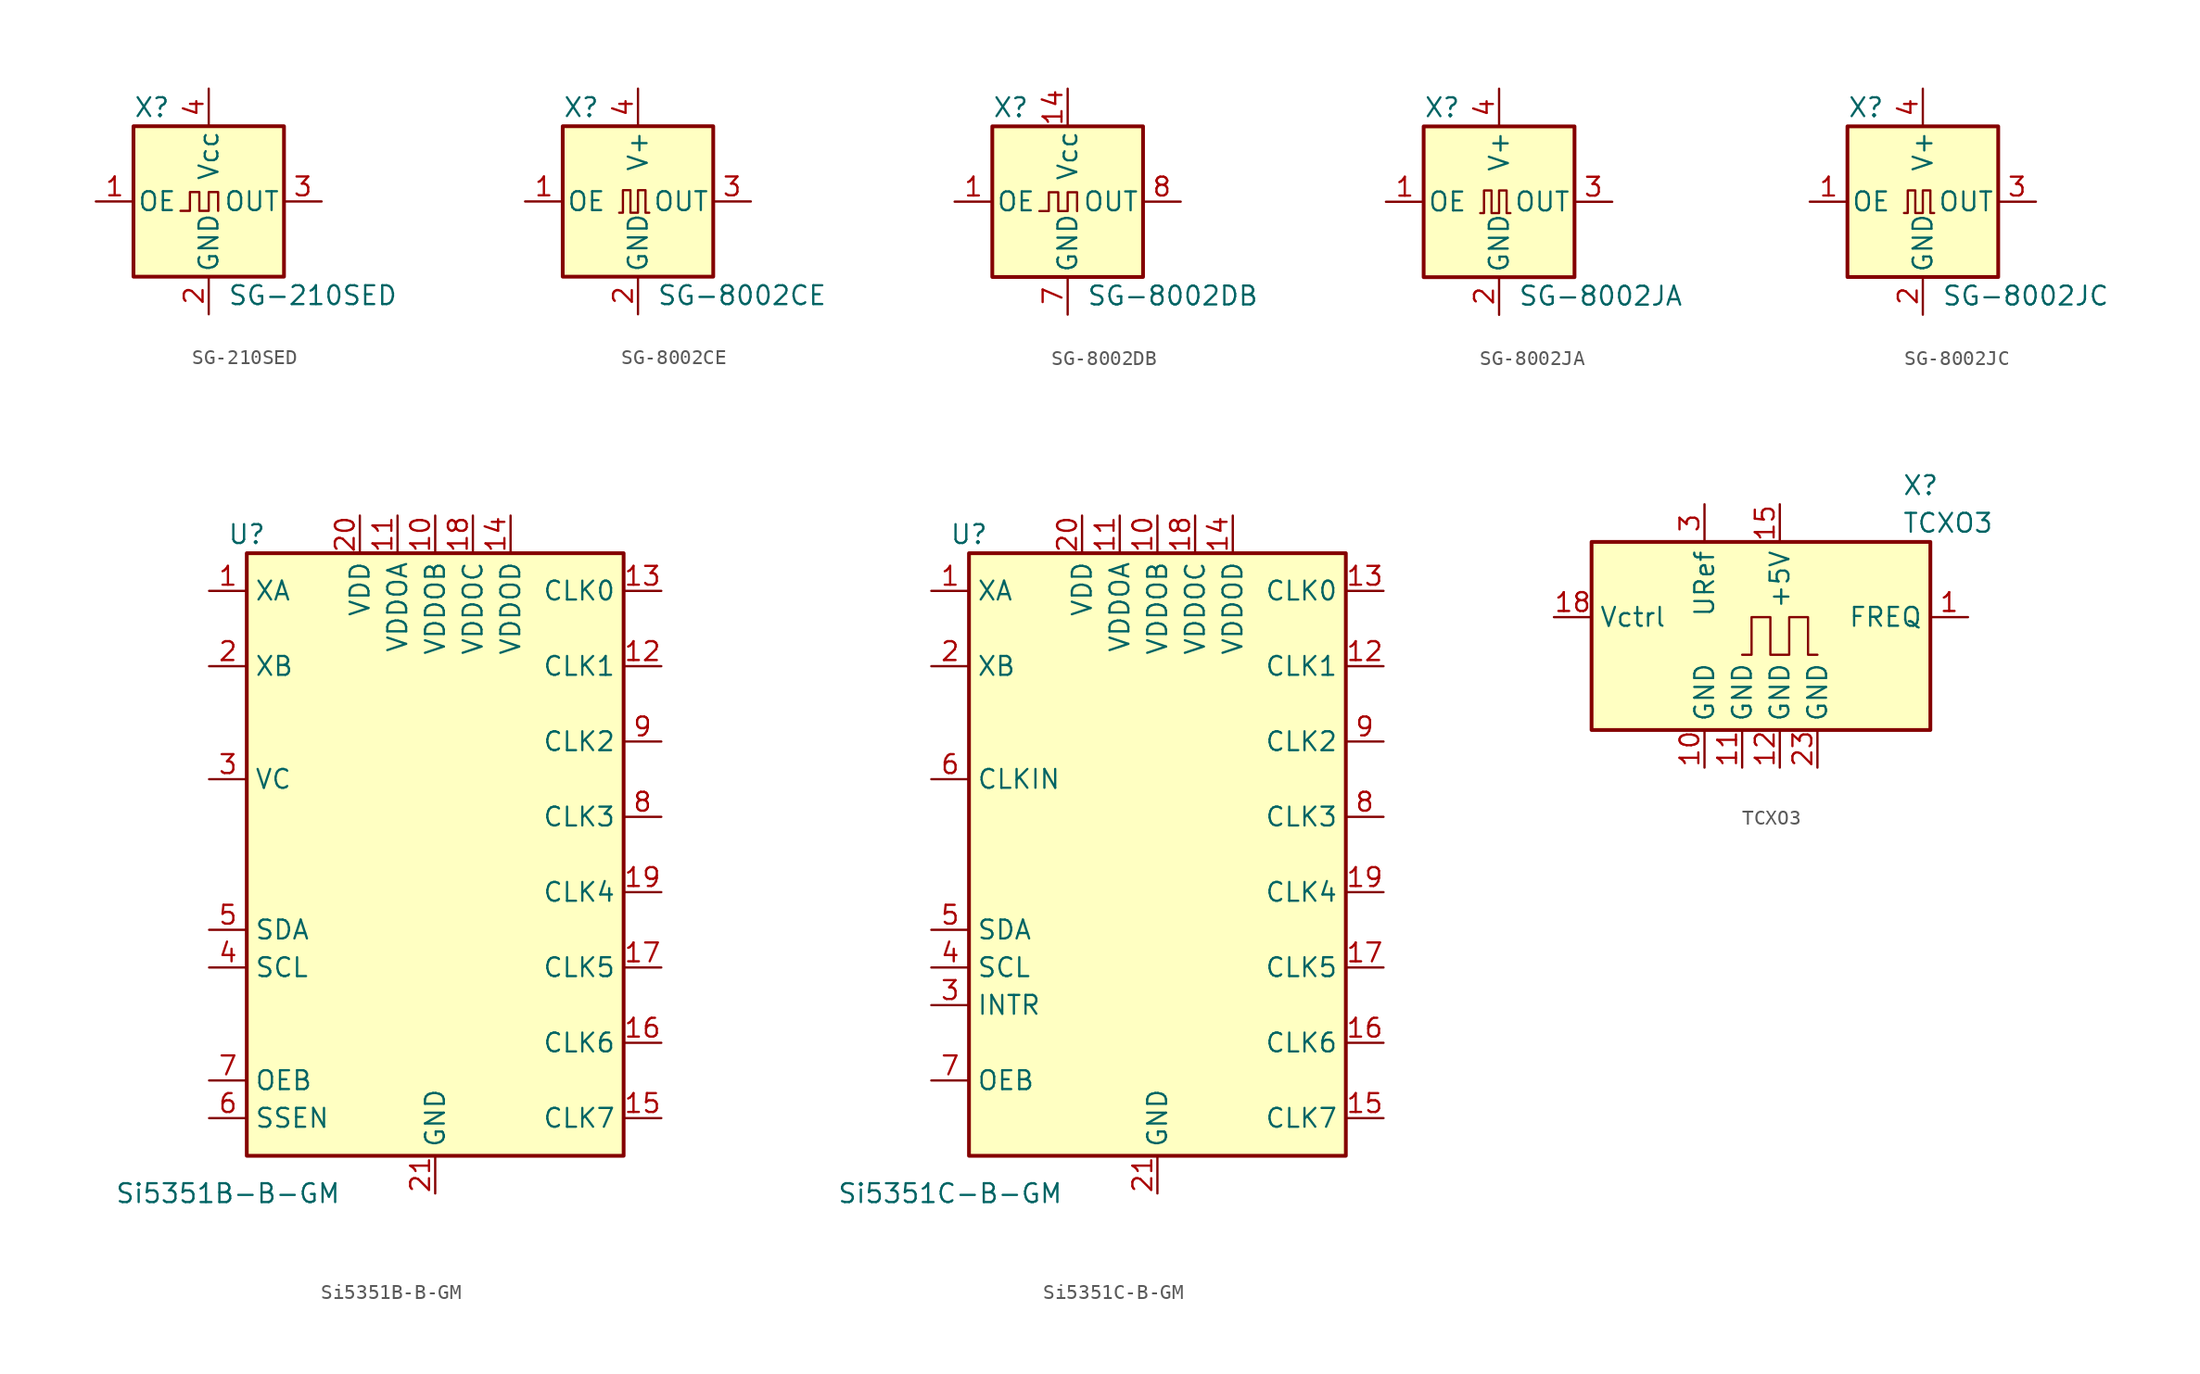
<source format=kicad_sym>
(kicad_symbol_lib
  (version 20201005)
  (generator kicad_symbol_editor)
  (symbol "SG-210SED"
    (pin_names
      (offset 0.254))
    (property "Reference" "X"
      (at -5.08 6.35 0)
      (effects (font (size 1.27 1.27)) (justify left)))
    (property "Value" "SG-210SED"
      (at 1.27 -6.35 0)
      (effects (font (size 1.27 1.27)) (justify left)))
    (symbol "SG-210SED_0_1"
      (rectangle (start -5.08 5.08) (end 5.08 -5.08) (stroke (width 0.254)) (fill (type background)))
      (polyline (pts (xy -1.905 -0.635) (xy -1.27 -0.635) (xy -1.27 0.635) (xy -0.635 0.635) (xy -0.635 -0.635) (xy 0 -0.635) (xy 0 0.635) (xy 0.635 0.635) (xy 0.635 -0.635)) (stroke (width 0)) (fill (type none))))
    (symbol "SG-210SED_1_1"
      (pin input line (at -7.62 0 0) (length 2.54) (name "OE" (effects (font (size 1.27 1.27)))) (number "1" (effects (font (size 1.27 1.27)))))
      (pin power_in line (at 0 -7.62 90) (length 2.54) (name "GND" (effects (font (size 1.27 1.27)))) (number "2" (effects (font (size 1.27 1.27)))))
      (pin output line (at 7.62 0 180) (length 2.54) (name "OUT" (effects (font (size 1.27 1.27)))) (number "3" (effects (font (size 1.27 1.27)))))
      (pin power_in line (at 0 7.62 270) (length 2.54) (name "Vcc" (effects (font (size 1.27 1.27)))) (number "4" (effects (font (size 1.27 1.27)))))))
  (symbol "SG-8002CE"
    (pin_names
      (offset 0.254))
    (property "Reference" "X"
      (at -5.08 6.35 0)
      (effects (font (size 1.27 1.27)) (justify left)))
    (property "Value" "SG-8002CE"
      (at 1.27 -6.35 0)
      (effects (font (size 1.27 1.27)) (justify left)))
    (symbol "SG-8002CE_0_1"
      (rectangle (start -5.08 5.08) (end 5.08 -5.08) (stroke (width 0.254)) (fill (type background)))
      (polyline (pts (xy -1.27 -0.762) (xy -1.016 -0.762) (xy -1.016 0.762) (xy -0.508 0.762) (xy -0.508 -0.762) (xy 0 -0.762) (xy 0 0.762) (xy 0.508 0.762) (xy 0.508 -0.762) (xy 0.762 -0.762)) (stroke (width 0)) (fill (type none))))
    (symbol "SG-8002CE_1_1"
      (pin input line (at -7.62 0 0) (length 2.54) (name "OE" (effects (font (size 1.27 1.27)))) (number "1" (effects (font (size 1.27 1.27)))))
      (pin power_in line (at 0 -7.62 90) (length 2.54) (name "GND" (effects (font (size 1.27 1.27)))) (number "2" (effects (font (size 1.27 1.27)))))
      (pin output line (at 7.62 0 180) (length 2.54) (name "OUT" (effects (font (size 1.27 1.27)))) (number "3" (effects (font (size 1.27 1.27)))))
      (pin power_in line (at 0 7.62 270) (length 2.54) (name "V+" (effects (font (size 1.27 1.27)))) (number "4" (effects (font (size 1.27 1.27)))))))
  (symbol "SG-8002DB"
    (pin_names
      (offset 0.254))
    (property "Reference" "X"
      (at -5.08 6.35 0)
      (effects (font (size 1.27 1.27)) (justify left)))
    (property "Value" "SG-8002DB"
      (at 1.27 -6.35 0)
      (effects (font (size 1.27 1.27)) (justify left)))
    (symbol "SG-8002DB_0_1"
      (rectangle (start -5.08 5.08) (end 5.08 -5.08) (stroke (width 0.254)) (fill (type background)))
      (polyline (pts (xy -1.905 -0.635) (xy -1.27 -0.635) (xy -1.27 0.635) (xy -0.635 0.635) (xy -0.635 -0.635) (xy 0 -0.635) (xy 0 0.635) (xy 0.635 0.635) (xy 0.635 -0.635)) (stroke (width 0)) (fill (type none))))
    (symbol "SG-8002DB_1_1"
      (pin input line (at -7.62 0 0) (length 2.54) (name "OE" (effects (font (size 1.27 1.27)))) (number "1" (effects (font (size 1.27 1.27)))))
      (pin power_in line (at 0 7.62 270) (length 2.54) (name "Vcc" (effects (font (size 1.27 1.27)))) (number "14" (effects (font (size 1.27 1.27)))))
      (pin power_in line (at 0 -7.62 90) (length 2.54) (name "GND" (effects (font (size 1.27 1.27)))) (number "7" (effects (font (size 1.27 1.27)))))
      (pin output line (at 7.62 0 180) (length 2.54) (name "OUT" (effects (font (size 1.27 1.27)))) (number "8" (effects (font (size 1.27 1.27)))))))
  (symbol "SG-8002JA"
    (pin_names
      (offset 0.254))
    (property "Reference" "X"
      (at -5.08 6.35 0)
      (effects (font (size 1.27 1.27)) (justify left)))
    (property "Value" "SG-8002JA"
      (at 1.27 -6.35 0)
      (effects (font (size 1.27 1.27)) (justify left)))
    (symbol "SG-8002JA_0_1"
      (rectangle (start -5.08 5.08) (end 5.08 -5.08) (stroke (width 0.254)) (fill (type background)))
      (polyline (pts (xy -1.27 -0.762) (xy -1.016 -0.762) (xy -1.016 0.762) (xy -0.508 0.762) (xy -0.508 -0.762) (xy 0 -0.762) (xy 0 0.762) (xy 0.508 0.762) (xy 0.508 -0.762) (xy 0.762 -0.762)) (stroke (width 0)) (fill (type none))))
    (symbol "SG-8002JA_1_1"
      (pin input line (at -7.62 0 0) (length 2.54) (name "OE" (effects (font (size 1.27 1.27)))) (number "1" (effects (font (size 1.27 1.27)))))
      (pin power_in line (at 0 -7.62 90) (length 2.54) (name "GND" (effects (font (size 1.27 1.27)))) (number "2" (effects (font (size 1.27 1.27)))))
      (pin output line (at 7.62 0 180) (length 2.54) (name "OUT" (effects (font (size 1.27 1.27)))) (number "3" (effects (font (size 1.27 1.27)))))
      (pin power_in line (at 0 7.62 270) (length 2.54) (name "V+" (effects (font (size 1.27 1.27)))) (number "4" (effects (font (size 1.27 1.27)))))))
  (symbol "SG-8002JC"
    (pin_names
      (offset 0.254))
    (property "Reference" "X"
      (at -5.08 6.35 0)
      (effects (font (size 1.27 1.27)) (justify left)))
    (property "Value" "SG-8002JC"
      (at 1.27 -6.35 0)
      (effects (font (size 1.27 1.27)) (justify left)))
    (symbol "SG-8002JC_0_1"
      (rectangle (start -5.08 5.08) (end 5.08 -5.08) (stroke (width 0.254)) (fill (type background)))
      (polyline (pts (xy -1.27 -0.762) (xy -1.016 -0.762) (xy -1.016 0.762) (xy -0.508 0.762) (xy -0.508 -0.762) (xy 0 -0.762) (xy 0 0.762) (xy 0.508 0.762) (xy 0.508 -0.762) (xy 0.762 -0.762)) (stroke (width 0)) (fill (type none))))
    (symbol "SG-8002JC_1_1"
      (pin input line (at -7.62 0 0) (length 2.54) (name "OE" (effects (font (size 1.27 1.27)))) (number "1" (effects (font (size 1.27 1.27)))))
      (pin power_in line (at 0 -7.62 90) (length 2.54) (name "GND" (effects (font (size 1.27 1.27)))) (number "2" (effects (font (size 1.27 1.27)))))
      (pin output line (at 7.62 0 180) (length 2.54) (name "OUT" (effects (font (size 1.27 1.27)))) (number "3" (effects (font (size 1.27 1.27)))))
      (pin power_in line (at 0 7.62 270) (length 2.54) (name "V+" (effects (font (size 1.27 1.27)))) (number "4" (effects (font (size 1.27 1.27)))))))
  (symbol "Si5351B-B-GM"
    (property "Reference" "U"
      (at -12.7 21.59 0)
      (effects (font (size 1.27 1.27))))
    (property "Value" "Si5351B-B-GM"
      (at -13.97 -22.86 0)
      (effects (font (size 1.27 1.27))))
    (symbol "Si5351B-B-GM_1_1"
      (rectangle (start -12.7 20.32) (end 12.7 -20.32) (stroke (width 0.254)) (fill (type background)))
      (pin input line (at -15.24 17.78 0) (length 2.54) (name "XA" (effects (font (size 1.27 1.27)))) (number "1" (effects (font (size 1.27 1.27)))))
      (pin power_in line (at 0 22.86 270) (length 2.54) (name "VDDOB" (effects (font (size 1.27 1.27)))) (number "10" (effects (font (size 1.27 1.27)))))
      (pin power_in line (at -2.54 22.86 270) (length 2.54) (name "VDDOA" (effects (font (size 1.27 1.27)))) (number "11" (effects (font (size 1.27 1.27)))))
      (pin output line (at 15.24 12.7 180) (length 2.54) (name "CLK1" (effects (font (size 1.27 1.27)))) (number "12" (effects (font (size 1.27 1.27)))))
      (pin output line (at 15.24 17.78 180) (length 2.54) (name "CLK0" (effects (font (size 1.27 1.27)))) (number "13" (effects (font (size 1.27 1.27)))))
      (pin power_in line (at 5.08 22.86 270) (length 2.54) (name "VDDOD" (effects (font (size 1.27 1.27)))) (number "14" (effects (font (size 1.27 1.27)))))
      (pin output line (at 15.24 -17.78 180) (length 2.54) (name "CLK7" (effects (font (size 1.27 1.27)))) (number "15" (effects (font (size 1.27 1.27)))))
      (pin output line (at 15.24 -12.7 180) (length 2.54) (name "CLK6" (effects (font (size 1.27 1.27)))) (number "16" (effects (font (size 1.27 1.27)))))
      (pin output line (at 15.24 -7.62 180) (length 2.54) (name "CLK5" (effects (font (size 1.27 1.27)))) (number "17" (effects (font (size 1.27 1.27)))))
      (pin power_in line (at 2.54 22.86 270) (length 2.54) (name "VDDOC" (effects (font (size 1.27 1.27)))) (number "18" (effects (font (size 1.27 1.27)))))
      (pin output line (at 15.24 -2.54 180) (length 2.54) (name "CLK4" (effects (font (size 1.27 1.27)))) (number "19" (effects (font (size 1.27 1.27)))))
      (pin input line (at -15.24 12.7 0) (length 2.54) (name "XB" (effects (font (size 1.27 1.27)))) (number "2" (effects (font (size 1.27 1.27)))))
      (pin power_in line (at -5.08 22.86 270) (length 2.54) (name "VDD" (effects (font (size 1.27 1.27)))) (number "20" (effects (font (size 1.27 1.27)))))
      (pin power_in line (at 0 -22.86 90) (length 2.54) (name "GND" (effects (font (size 1.27 1.27)))) (number "21" (effects (font (size 1.27 1.27)))))
      (pin input line (at -15.24 5.08 0) (length 2.54) (name "VC" (effects (font (size 1.27 1.27)))) (number "3" (effects (font (size 1.27 1.27)))))
      (pin input line (at -15.24 -7.62 0) (length 2.54) (name "SCL" (effects (font (size 1.27 1.27)))) (number "4" (effects (font (size 1.27 1.27)))))
      (pin bidirectional line (at -15.24 -5.08 0) (length 2.54) (name "SDA" (effects (font (size 1.27 1.27)))) (number "5" (effects (font (size 1.27 1.27)))))
      (pin input line (at -15.24 -17.78 0) (length 2.54) (name "SSEN" (effects (font (size 1.27 1.27)))) (number "6" (effects (font (size 1.27 1.27)))))
      (pin input line (at -15.24 -15.24 0) (length 2.54) (name "OEB" (effects (font (size 1.27 1.27)))) (number "7" (effects (font (size 1.27 1.27)))))
      (pin output line (at 15.24 2.54 180) (length 2.54) (name "CLK3" (effects (font (size 1.27 1.27)))) (number "8" (effects (font (size 1.27 1.27)))))
      (pin output line (at 15.24 7.62 180) (length 2.54) (name "CLK2" (effects (font (size 1.27 1.27)))) (number "9" (effects (font (size 1.27 1.27)))))))
  (symbol "Si5351C-B-GM"
    (property "Reference" "U"
      (at -12.7 21.59 0)
      (effects (font (size 1.27 1.27))))
    (property "Value" "Si5351C-B-GM"
      (at -13.97 -22.86 0)
      (effects (font (size 1.27 1.27))))
    (symbol "Si5351C-B-GM_1_1"
      (rectangle (start -12.7 20.32) (end 12.7 -20.32) (stroke (width 0.254)) (fill (type background)))
      (pin input line (at -15.24 17.78 0) (length 2.54) (name "XA" (effects (font (size 1.27 1.27)))) (number "1" (effects (font (size 1.27 1.27)))))
      (pin power_in line (at 0 22.86 270) (length 2.54) (name "VDDOB" (effects (font (size 1.27 1.27)))) (number "10" (effects (font (size 1.27 1.27)))))
      (pin power_in line (at -2.54 22.86 270) (length 2.54) (name "VDDOA" (effects (font (size 1.27 1.27)))) (number "11" (effects (font (size 1.27 1.27)))))
      (pin output line (at 15.24 12.7 180) (length 2.54) (name "CLK1" (effects (font (size 1.27 1.27)))) (number "12" (effects (font (size 1.27 1.27)))))
      (pin output line (at 15.24 17.78 180) (length 2.54) (name "CLK0" (effects (font (size 1.27 1.27)))) (number "13" (effects (font (size 1.27 1.27)))))
      (pin power_in line (at 5.08 22.86 270) (length 2.54) (name "VDDOD" (effects (font (size 1.27 1.27)))) (number "14" (effects (font (size 1.27 1.27)))))
      (pin output line (at 15.24 -17.78 180) (length 2.54) (name "CLK7" (effects (font (size 1.27 1.27)))) (number "15" (effects (font (size 1.27 1.27)))))
      (pin output line (at 15.24 -12.7 180) (length 2.54) (name "CLK6" (effects (font (size 1.27 1.27)))) (number "16" (effects (font (size 1.27 1.27)))))
      (pin output line (at 15.24 -7.62 180) (length 2.54) (name "CLK5" (effects (font (size 1.27 1.27)))) (number "17" (effects (font (size 1.27 1.27)))))
      (pin power_in line (at 2.54 22.86 270) (length 2.54) (name "VDDOC" (effects (font (size 1.27 1.27)))) (number "18" (effects (font (size 1.27 1.27)))))
      (pin output line (at 15.24 -2.54 180) (length 2.54) (name "CLK4" (effects (font (size 1.27 1.27)))) (number "19" (effects (font (size 1.27 1.27)))))
      (pin input line (at -15.24 12.7 0) (length 2.54) (name "XB" (effects (font (size 1.27 1.27)))) (number "2" (effects (font (size 1.27 1.27)))))
      (pin power_in line (at -5.08 22.86 270) (length 2.54) (name "VDD" (effects (font (size 1.27 1.27)))) (number "20" (effects (font (size 1.27 1.27)))))
      (pin power_in line (at 0 -22.86 90) (length 2.54) (name "GND" (effects (font (size 1.27 1.27)))) (number "21" (effects (font (size 1.27 1.27)))))
      (pin output line (at -15.24 -10.16 0) (length 2.54) (name "INTR" (effects (font (size 1.27 1.27)))) (number "3" (effects (font (size 1.27 1.27)))))
      (pin input line (at -15.24 -7.62 0) (length 2.54) (name "SCL" (effects (font (size 1.27 1.27)))) (number "4" (effects (font (size 1.27 1.27)))))
      (pin bidirectional line (at -15.24 -5.08 0) (length 2.54) (name "SDA" (effects (font (size 1.27 1.27)))) (number "5" (effects (font (size 1.27 1.27)))))
      (pin input line (at -15.24 5.08 0) (length 2.54) (name "CLKIN" (effects (font (size 1.27 1.27)))) (number "6" (effects (font (size 1.27 1.27)))))
      (pin input line (at -15.24 -15.24 0) (length 2.54) (name "OEB" (effects (font (size 1.27 1.27)))) (number "7" (effects (font (size 1.27 1.27)))))
      (pin output line (at 15.24 2.54 180) (length 2.54) (name "CLK3" (effects (font (size 1.27 1.27)))) (number "8" (effects (font (size 1.27 1.27)))))
      (pin output line (at 15.24 7.62 180) (length 2.54) (name "CLK2" (effects (font (size 1.27 1.27)))) (number "9" (effects (font (size 1.27 1.27)))))))
  (symbol "TCXO3"
    (property "Reference" "X"
      (at 8.255 11.43 0)
      (effects (font (size 1.27 1.27)) (justify left)))
    (property "Value" "TCXO3"
      (at 8.255 8.89 0)
      (effects (font (size 1.27 1.27)) (justify left)))
    (symbol "TCXO3_0_1"
      (rectangle (start -12.7 -5.08) (end 10.16 7.62) (stroke (width 0.254)) (fill (type background)))
      (polyline (pts (xy -2.54 0) (xy -1.905 0) (xy -1.905 2.54) (xy -0.635 2.54) (xy -0.635 0) (xy 0.635 0) (xy 0.635 2.54) (xy 1.905 2.54) (xy 1.905 0) (xy 2.54 0)) (stroke (width 0)) (fill (type none))))
    (symbol "TCXO3_1_1"
      (pin output line (at 12.7 2.54 180) (length 2.54) (name "FREQ" (effects (font (size 1.27 1.27)))) (number "1" (effects (font (size 1.27 1.27)))))
      (pin power_in line (at -5.08 -7.62 90) (length 2.54) (name "GND" (effects (font (size 1.27 1.27)))) (number "10" (effects (font (size 1.27 1.27)))))
      (pin power_in line (at -2.54 -7.62 90) (length 2.54) (name "GND" (effects (font (size 1.27 1.27)))) (number "11" (effects (font (size 1.27 1.27)))))
      (pin power_in line (at 0 -7.62 90) (length 2.54) (name "GND" (effects (font (size 1.27 1.27)))) (number "12" (effects (font (size 1.27 1.27)))))
      (pin no_connect line (at 7.62 -5.08 90) (length 2.54) hide (name "NC" (effects (font (size 1.27 1.27)))) (number "13" (effects (font (size 1.27 1.27)))))
      (pin no_connect line (at 10.16 0 180) (length 2.54) hide (name "NC" (effects (font (size 1.27 1.27)))) (number "14" (effects (font (size 1.27 1.27)))))
      (pin power_in line (at 0 10.16 270) (length 2.54) (name "+5V" (effects (font (size 1.27 1.27)))) (number "15" (effects (font (size 1.27 1.27)))))
      (pin no_connect line (at 5.08 7.62 270) (length 2.54) hide (name "NC" (effects (font (size 1.27 1.27)))) (number "16" (effects (font (size 1.27 1.27)))))
      (pin no_connect line (at -2.54 7.62 270) (length 2.54) hide (name "NC" (effects (font (size 1.27 1.27)))) (number "17" (effects (font (size 1.27 1.27)))))
      (pin input line (at -15.24 2.54 0) (length 2.54) (name "Vctrl" (effects (font (size 1.27 1.27)))) (number "18" (effects (font (size 1.27 1.27)))))
      (pin no_connect line (at -7.62 7.62 270) (length 2.54) hide (name "NC" (effects (font (size 1.27 1.27)))) (number "19" (effects (font (size 1.27 1.27)))))
      (pin no_connect line (at 10.16 5.08 180) (length 2.54) hide (name "NC" (effects (font (size 1.27 1.27)))) (number "2" (effects (font (size 1.27 1.27)))))
      (pin no_connect line (at -10.16 7.62 270) (length 2.54) hide (name "NC" (effects (font (size 1.27 1.27)))) (number "20" (effects (font (size 1.27 1.27)))))
      (pin no_connect line (at 7.62 7.62 270) (length 2.54) hide (name "NC" (effects (font (size 1.27 1.27)))) (number "21" (effects (font (size 1.27 1.27)))))
      (pin no_connect line (at 10.16 -2.54 180) (length 2.54) hide (name "NC" (effects (font (size 1.27 1.27)))) (number "22" (effects (font (size 1.27 1.27)))))
      (pin power_in line (at 2.54 -7.62 90) (length 2.54) (name "GND" (effects (font (size 1.27 1.27)))) (number "23" (effects (font (size 1.27 1.27)))))
      (pin power_out line (at -5.08 10.16 270) (length 2.54) (name "URef" (effects (font (size 1.27 1.27)))) (number "3" (effects (font (size 1.27 1.27)))))
      (pin no_connect line (at -12.7 5.08 0) (length 2.54) hide (name "NC" (effects (font (size 1.27 1.27)))) (number "4" (effects (font (size 1.27 1.27)))))
      (pin no_connect line (at 2.54 7.62 270) (length 2.54) hide (name "NC" (effects (font (size 1.27 1.27)))) (number "5" (effects (font (size 1.27 1.27)))))
      (pin no_connect line (at -12.7 0 0) (length 2.54) hide (name "NC" (effects (font (size 1.27 1.27)))) (number "6" (effects (font (size 1.27 1.27)))))
      (pin no_connect line (at -12.7 -2.54 0) (length 2.54) hide (name "NC" (effects (font (size 1.27 1.27)))) (number "7" (effects (font (size 1.27 1.27)))))
      (pin no_connect line (at -7.62 -5.08 90) (length 2.54) hide (name "NC" (effects (font (size 1.27 1.27)))) (number "8" (effects (font (size 1.27 1.27)))))
      (pin no_connect line (at 5.08 -5.08 90) (length 2.54) hide (name "NC" (effects (font (size 1.27 1.27)))) (number "9" (effects (font (size 1.27 1.27))))))))
</source>
